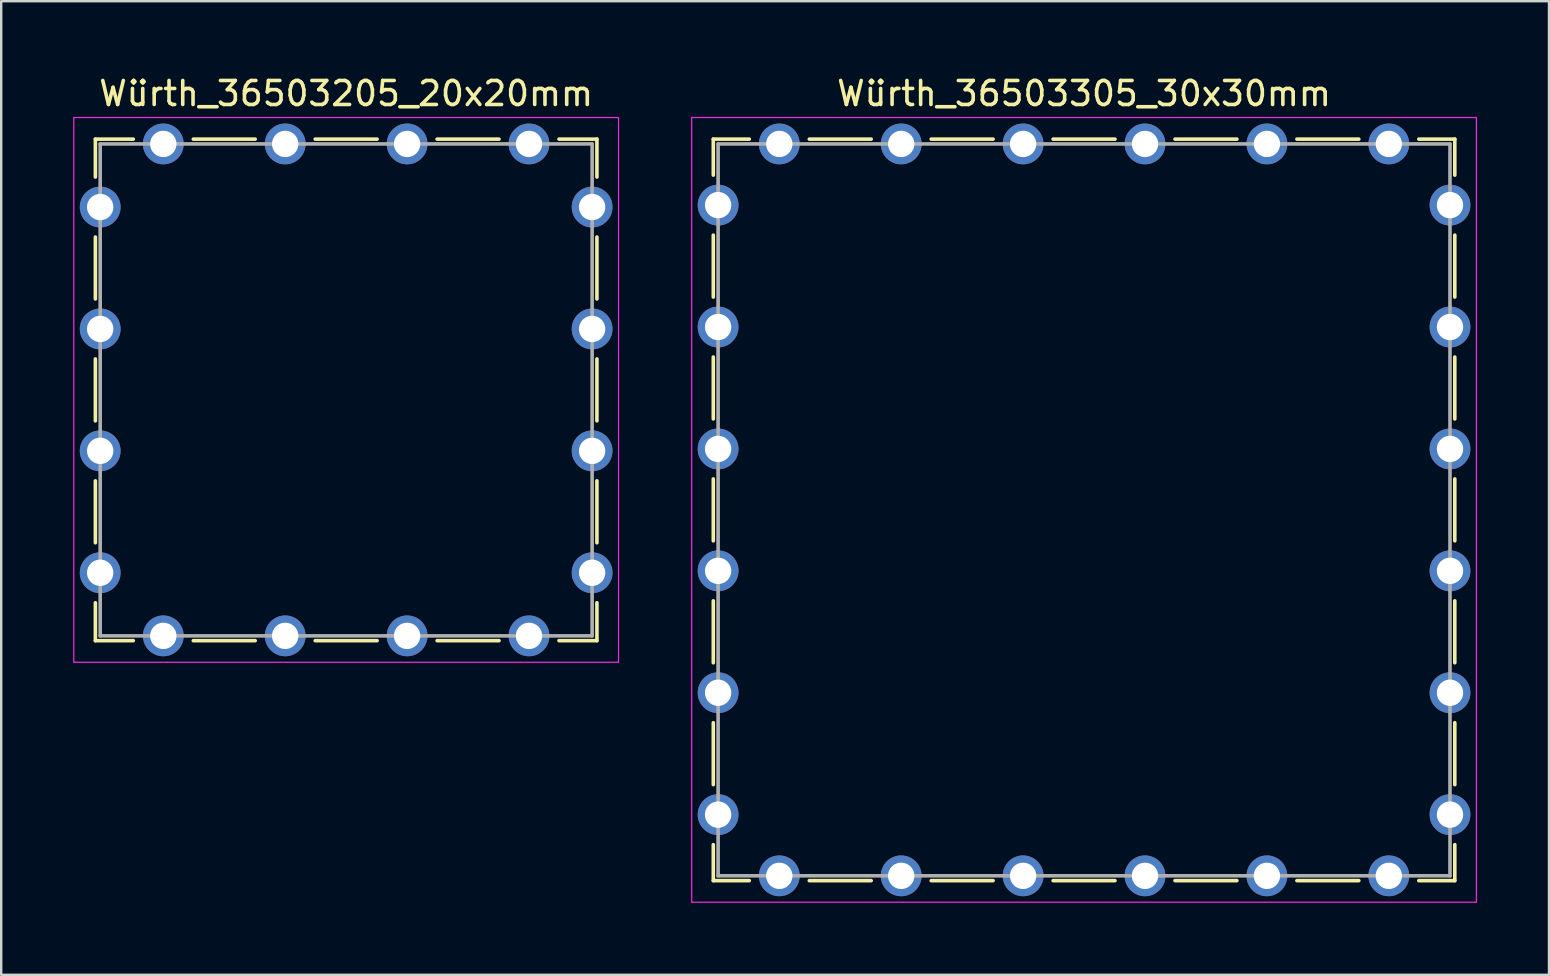
<source format=kicad_pcb>
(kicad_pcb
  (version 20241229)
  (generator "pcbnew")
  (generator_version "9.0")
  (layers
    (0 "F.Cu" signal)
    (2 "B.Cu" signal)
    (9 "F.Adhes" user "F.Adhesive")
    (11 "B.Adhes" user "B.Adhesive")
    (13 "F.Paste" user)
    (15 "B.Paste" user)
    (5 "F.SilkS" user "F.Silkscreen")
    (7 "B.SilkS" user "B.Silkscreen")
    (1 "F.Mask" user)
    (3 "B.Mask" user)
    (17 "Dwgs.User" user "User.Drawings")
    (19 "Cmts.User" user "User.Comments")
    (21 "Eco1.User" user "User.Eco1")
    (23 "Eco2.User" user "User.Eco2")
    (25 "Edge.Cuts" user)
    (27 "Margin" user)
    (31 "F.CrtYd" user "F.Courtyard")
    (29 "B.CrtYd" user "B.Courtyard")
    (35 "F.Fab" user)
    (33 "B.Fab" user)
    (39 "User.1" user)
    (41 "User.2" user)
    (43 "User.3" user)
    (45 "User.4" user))
  (footprint "Würth_36503205_20x20mm"
    (layer "F.Cu")
    (at 11.375 13.198)
    (property "Reference" "Würth_36503205_20x20mm" (at 0 -12.35 0) (layer "F.SilkS") (effects (font (size 1 1) (thickness 0.15))))
    (attr through_hole)
    (fp_line (start -10.45 -8.87) (end -10.45 -10.45) (stroke (width 0.15) (type solid)) (layer "F.SilkS"))
    (fp_line (start -10.45 -3.79) (end -10.45 -6.37) (stroke (width 0.15) (type solid)) (layer "F.SilkS"))
    (fp_line (start -10.45 -1.29) (end -10.45 1.29) (stroke (width 0.15) (type solid)) (layer "F.SilkS"))
    (fp_line (start -10.45 3.79) (end -10.45 6.37) (stroke (width 0.15) (type solid)) (layer "F.SilkS"))
    (fp_line (start -10.45 8.87) (end -10.45 10.45) (stroke (width 0.15) (type solid)) (layer "F.SilkS"))
    (fp_line (start -8.87 -10.45) (end -10.45 -10.45) (stroke (width 0.15) (type solid)) (layer "F.SilkS"))
    (fp_line (start -8.87 10.45) (end -10.45 10.45) (stroke (width 0.15) (type solid)) (layer "F.SilkS"))
    (fp_line (start -3.79 -10.45) (end -6.37 -10.45) (stroke (width 0.15) (type solid)) (layer "F.SilkS"))
    (fp_line (start -3.79 10.45) (end -6.37 10.45) (stroke (width 0.15) (type solid)) (layer "F.SilkS"))
    (fp_line (start 1.29 -10.45) (end -1.29 -10.45) (stroke (width 0.15) (type solid)) (layer "F.SilkS"))
    (fp_line (start 1.29 10.45) (end -1.29 10.45) (stroke (width 0.15) (type solid)) (layer "F.SilkS"))
    (fp_line (start 3.79 -10.45) (end 6.37 -10.45) (stroke (width 0.15) (type solid)) (layer "F.SilkS"))
    (fp_line (start 3.79 10.45) (end 6.37 10.45) (stroke (width 0.15) (type solid)) (layer "F.SilkS"))
    (fp_line (start 8.87 -10.45) (end 10.45 -10.45) (stroke (width 0.15) (type solid)) (layer "F.SilkS"))
    (fp_line (start 8.87 10.45) (end 10.45 10.45) (stroke (width 0.15) (type solid)) (layer "F.SilkS"))
    (fp_line (start 10.45 -8.87) (end 10.45 -10.45) (stroke (width 0.15) (type solid)) (layer "F.SilkS"))
    (fp_line (start 10.45 -3.79) (end 10.45 -6.37) (stroke (width 0.15) (type solid)) (layer "F.SilkS"))
    (fp_line (start 10.45 1.29) (end 10.45 -1.29) (stroke (width 0.15) (type solid)) (layer "F.SilkS"))
    (fp_line (start 10.45 3.79) (end 10.45 6.37) (stroke (width 0.15) (type solid)) (layer "F.SilkS"))
    (fp_line (start 10.45 8.87) (end 10.45 10.45) (stroke (width 0.15) (type solid)) (layer "F.SilkS"))
    (fp_line (start -11.35 -11.35) (end -11.35 11.35) (stroke (width 0.05) (type solid)) (layer "F.CrtYd"))
    (fp_line (start -11.35 11.35) (end 11.35 11.35) (stroke (width 0.05) (type solid)) (layer "F.CrtYd"))
    (fp_line (start 11.35 -11.35) (end -11.35 -11.35) (stroke (width 0.05) (type solid)) (layer "F.CrtYd"))
    (fp_line (start 11.35 11.35) (end 11.35 -11.35) (stroke (width 0.05) (type solid)) (layer "F.CrtYd"))
    (fp_line (start -10.25 -10.25) (end -10.25 10.25) (stroke (width 0.15) (type solid)) (layer "F.Fab"))
    (fp_line (start -10.25 10.25) (end 10.25 10.25) (stroke (width 0.15) (type solid)) (layer "F.Fab"))
    (fp_line (start 10.25 -10.25) (end -10.25 -10.25) (stroke (width 0.15) (type solid)) (layer "F.Fab"))
    (fp_line (start 10.25 10.25) (end 10.25 -10.25) (stroke (width 0.15) (type solid)) (layer "F.Fab"))
    (pad "1" thru_hole circle (at -10.25 -7.62) (size 1.7 1.7) (drill 1.1) (layers "*.Cu" "*.Mask"))
    (pad "1" thru_hole circle (at -10.25 -2.54) (size 1.7 1.7) (drill 1.1) (layers "*.Cu" "*.Mask"))
    (pad "1" thru_hole circle (at -10.25 2.54) (size 1.7 1.7) (drill 1.1) (layers "*.Cu" "*.Mask"))
    (pad "1" thru_hole circle (at -10.25 7.62) (size 1.7 1.7) (drill 1.1) (layers "*.Cu" "*.Mask"))
    (pad "1" thru_hole circle (at -7.62 -10.25) (size 1.7 1.7) (drill 1.1) (layers "*.Cu" "*.Mask"))
    (pad "1" thru_hole circle (at -7.62 10.25) (size 1.7 1.7) (drill 1.1) (layers "*.Cu" "*.Mask"))
    (pad "1" thru_hole circle (at -2.54 -10.25) (size 1.7 1.7) (drill 1.1) (layers "*.Cu" "*.Mask"))
    (pad "1" thru_hole circle (at -2.54 10.25) (size 1.7 1.7) (drill 1.1) (layers "*.Cu" "*.Mask"))
    (pad "1" thru_hole circle (at 2.54 -10.25) (size 1.7 1.7) (drill 1.1) (layers "*.Cu" "*.Mask"))
    (pad "1" thru_hole circle (at 2.54 10.25) (size 1.7 1.7) (drill 1.1) (layers "*.Cu" "*.Mask"))
    (pad "1" thru_hole circle (at 7.62 -10.25) (size 1.7 1.7) (drill 1.1) (layers "*.Cu" "*.Mask"))
    (pad "1" thru_hole circle (at 7.62 10.25) (size 1.7 1.7) (drill 1.1) (layers "*.Cu" "*.Mask"))
    (pad "1" thru_hole circle (at 10.25 -7.62) (size 1.7 1.7) (drill 1.1) (layers "*.Cu" "*.Mask"))
    (pad "1" thru_hole circle (at 10.25 -2.54) (size 1.7 1.7) (drill 1.1) (layers "*.Cu" "*.Mask"))
    (pad "1" thru_hole circle (at 10.25 2.54) (size 1.7 1.7) (drill 1.1) (layers "*.Cu" "*.Mask"))
    (pad "1" thru_hole circle (at 10.25 7.62) (size 1.7 1.7) (drill 1.1) (layers "*.Cu" "*.Mask")))
  (footprint "Würth_36503305_30x30mm"
    (layer "F.Cu")
    (at 42.125 18.198)
    (property "Reference" "Würth_36503305_30x30mm" (at 0 -17.35 0) (layer "F.SilkS") (effects (font (size 1 1) (thickness 0.15))))
    (attr through_hole)
    (fp_line (start -15.45 -13.95) (end -15.45 -15.45) (stroke (width 0.15) (type solid)) (layer "F.SilkS"))
    (fp_line (start -15.45 -8.87) (end -15.45 -11.45) (stroke (width 0.15) (type solid)) (layer "F.SilkS"))
    (fp_line (start -15.45 -3.79) (end -15.45 -6.37) (stroke (width 0.15) (type solid)) (layer "F.SilkS"))
    (fp_line (start -15.45 -1.29) (end -15.45 1.29) (stroke (width 0.15) (type solid)) (layer "F.SilkS"))
    (fp_line (start -15.45 3.79) (end -15.45 6.37) (stroke (width 0.15) (type solid)) (layer "F.SilkS"))
    (fp_line (start -15.45 8.87) (end -15.45 11.45) (stroke (width 0.15) (type solid)) (layer "F.SilkS"))
    (fp_line (start -15.45 13.95) (end -15.45 15.45) (stroke (width 0.15) (type solid)) (layer "F.SilkS"))
    (fp_line (start -13.95 -15.45) (end -15.45 -15.45) (stroke (width 0.15) (type solid)) (layer "F.SilkS"))
    (fp_line (start -13.95 15.45) (end -15.45 15.45) (stroke (width 0.15) (type solid)) (layer "F.SilkS"))
    (fp_line (start -8.87 -15.45) (end -11.45 -15.45) (stroke (width 0.15) (type solid)) (layer "F.SilkS"))
    (fp_line (start -8.87 15.45) (end -11.45 15.45) (stroke (width 0.15) (type solid)) (layer "F.SilkS"))
    (fp_line (start -3.79 -15.45) (end -6.37 -15.45) (stroke (width 0.15) (type solid)) (layer "F.SilkS"))
    (fp_line (start -3.79 15.45) (end -6.37 15.45) (stroke (width 0.15) (type solid)) (layer "F.SilkS"))
    (fp_line (start 1.29 -15.45) (end -1.29 -15.45) (stroke (width 0.15) (type solid)) (layer "F.SilkS"))
    (fp_line (start 1.29 15.45) (end -1.29 15.45) (stroke (width 0.15) (type solid)) (layer "F.SilkS"))
    (fp_line (start 3.79 -15.45) (end 6.37 -15.45) (stroke (width 0.15) (type solid)) (layer "F.SilkS"))
    (fp_line (start 3.79 15.45) (end 6.37 15.45) (stroke (width 0.15) (type solid)) (layer "F.SilkS"))
    (fp_line (start 8.87 -15.45) (end 11.45 -15.45) (stroke (width 0.15) (type solid)) (layer "F.SilkS"))
    (fp_line (start 8.87 15.45) (end 11.45 15.45) (stroke (width 0.15) (type solid)) (layer "F.SilkS"))
    (fp_line (start 13.95 -15.45) (end 15.45 -15.45) (stroke (width 0.15) (type solid)) (layer "F.SilkS"))
    (fp_line (start 13.95 15.45) (end 15.45 15.45) (stroke (width 0.15) (type solid)) (layer "F.SilkS"))
    (fp_line (start 15.45 -13.95) (end 15.45 -15.45) (stroke (width 0.15) (type solid)) (layer "F.SilkS"))
    (fp_line (start 15.45 -8.87) (end 15.45 -11.45) (stroke (width 0.15) (type solid)) (layer "F.SilkS"))
    (fp_line (start 15.45 -3.79) (end 15.45 -6.37) (stroke (width 0.15) (type solid)) (layer "F.SilkS"))
    (fp_line (start 15.45 1.29) (end 15.45 -1.29) (stroke (width 0.15) (type solid)) (layer "F.SilkS"))
    (fp_line (start 15.45 3.79) (end 15.45 6.37) (stroke (width 0.15) (type solid)) (layer "F.SilkS"))
    (fp_line (start 15.45 8.87) (end 15.45 11.45) (stroke (width 0.15) (type solid)) (layer "F.SilkS"))
    (fp_line (start 15.45 13.95) (end 15.45 15.45) (stroke (width 0.15) (type solid)) (layer "F.SilkS"))
    (fp_line (start -16.35 -16.35) (end -16.35 16.35) (stroke (width 0.05) (type solid)) (layer "F.CrtYd"))
    (fp_line (start -16.35 16.35) (end 16.35 16.35) (stroke (width 0.05) (type solid)) (layer "F.CrtYd"))
    (fp_line (start 16.35 -16.35) (end -16.35 -16.35) (stroke (width 0.05) (type solid)) (layer "F.CrtYd"))
    (fp_line (start 16.35 16.35) (end 16.35 -16.35) (stroke (width 0.05) (type solid)) (layer "F.CrtYd"))
    (fp_line (start -15.25 -15.25) (end -15.25 15.25) (stroke (width 0.15) (type solid)) (layer "F.Fab"))
    (fp_line (start -15.25 15.25) (end 15.25 15.25) (stroke (width 0.15) (type solid)) (layer "F.Fab"))
    (fp_line (start 15.25 -15.25) (end -15.25 -15.25) (stroke (width 0.15) (type solid)) (layer "F.Fab"))
    (fp_line (start 15.25 15.25) (end 15.25 -15.25) (stroke (width 0.15) (type solid)) (layer "F.Fab"))
    (pad "1" thru_hole circle (at -15.25 -12.7) (size 1.7 1.7) (drill 1.1) (layers "*.Cu" "*.Mask"))
    (pad "1" thru_hole circle (at -15.25 -7.62) (size 1.7 1.7) (drill 1.1) (layers "*.Cu" "*.Mask"))
    (pad "1" thru_hole circle (at -15.25 -2.54) (size 1.7 1.7) (drill 1.1) (layers "*.Cu" "*.Mask"))
    (pad "1" thru_hole circle (at -15.25 2.54) (size 1.7 1.7) (drill 1.1) (layers "*.Cu" "*.Mask"))
    (pad "1" thru_hole circle (at -15.25 7.62) (size 1.7 1.7) (drill 1.1) (layers "*.Cu" "*.Mask"))
    (pad "1" thru_hole circle (at -15.25 12.7) (size 1.7 1.7) (drill 1.1) (layers "*.Cu" "*.Mask"))
    (pad "1" thru_hole circle (at -12.7 -15.25) (size 1.7 1.7) (drill 1.1) (layers "*.Cu" "*.Mask"))
    (pad "1" thru_hole circle (at -12.7 15.25) (size 1.7 1.7) (drill 1.1) (layers "*.Cu" "*.Mask"))
    (pad "1" thru_hole circle (at -7.62 -15.25) (size 1.7 1.7) (drill 1.1) (layers "*.Cu" "*.Mask"))
    (pad "1" thru_hole circle (at -7.62 15.25) (size 1.7 1.7) (drill 1.1) (layers "*.Cu" "*.Mask"))
    (pad "1" thru_hole circle (at -2.54 -15.25) (size 1.7 1.7) (drill 1.1) (layers "*.Cu" "*.Mask"))
    (pad "1" thru_hole circle (at -2.54 15.25) (size 1.7 1.7) (drill 1.1) (layers "*.Cu" "*.Mask"))
    (pad "1" thru_hole circle (at 2.54 -15.25) (size 1.7 1.7) (drill 1.1) (layers "*.Cu" "*.Mask"))
    (pad "1" thru_hole circle (at 2.54 15.25) (size 1.7 1.7) (drill 1.1) (layers "*.Cu" "*.Mask"))
    (pad "1" thru_hole circle (at 7.62 -15.25) (size 1.7 1.7) (drill 1.1) (layers "*.Cu" "*.Mask"))
    (pad "1" thru_hole circle (at 7.62 15.25) (size 1.7 1.7) (drill 1.1) (layers "*.Cu" "*.Mask"))
    (pad "1" thru_hole circle (at 12.7 -15.25) (size 1.7 1.7) (drill 1.1) (layers "*.Cu" "*.Mask"))
    (pad "1" thru_hole circle (at 12.7 15.25) (size 1.7 1.7) (drill 1.1) (layers "*.Cu" "*.Mask"))
    (pad "1" thru_hole circle (at 15.25 -12.7) (size 1.7 1.7) (drill 1.1) (layers "*.Cu" "*.Mask"))
    (pad "1" thru_hole circle (at 15.25 -7.62) (size 1.7 1.7) (drill 1.1) (layers "*.Cu" "*.Mask"))
    (pad "1" thru_hole circle (at 15.25 -2.54) (size 1.7 1.7) (drill 1.1) (layers "*.Cu" "*.Mask"))
    (pad "1" thru_hole circle (at 15.25 2.54) (size 1.7 1.7) (drill 1.1) (layers "*.Cu" "*.Mask"))
    (pad "1" thru_hole circle (at 15.25 7.62) (size 1.7 1.7) (drill 1.1) (layers "*.Cu" "*.Mask"))
    (pad "1" thru_hole circle (at 15.25 12.7) (size 1.7 1.7) (drill 1.1) (layers "*.Cu" "*.Mask")))
  (gr_rect
    (start -3 -3)
    (end 61.5 37.573)
    (stroke (width 0.1) (type default))
    (fill no)
    (layer "Edge.Cuts")))
</source>
